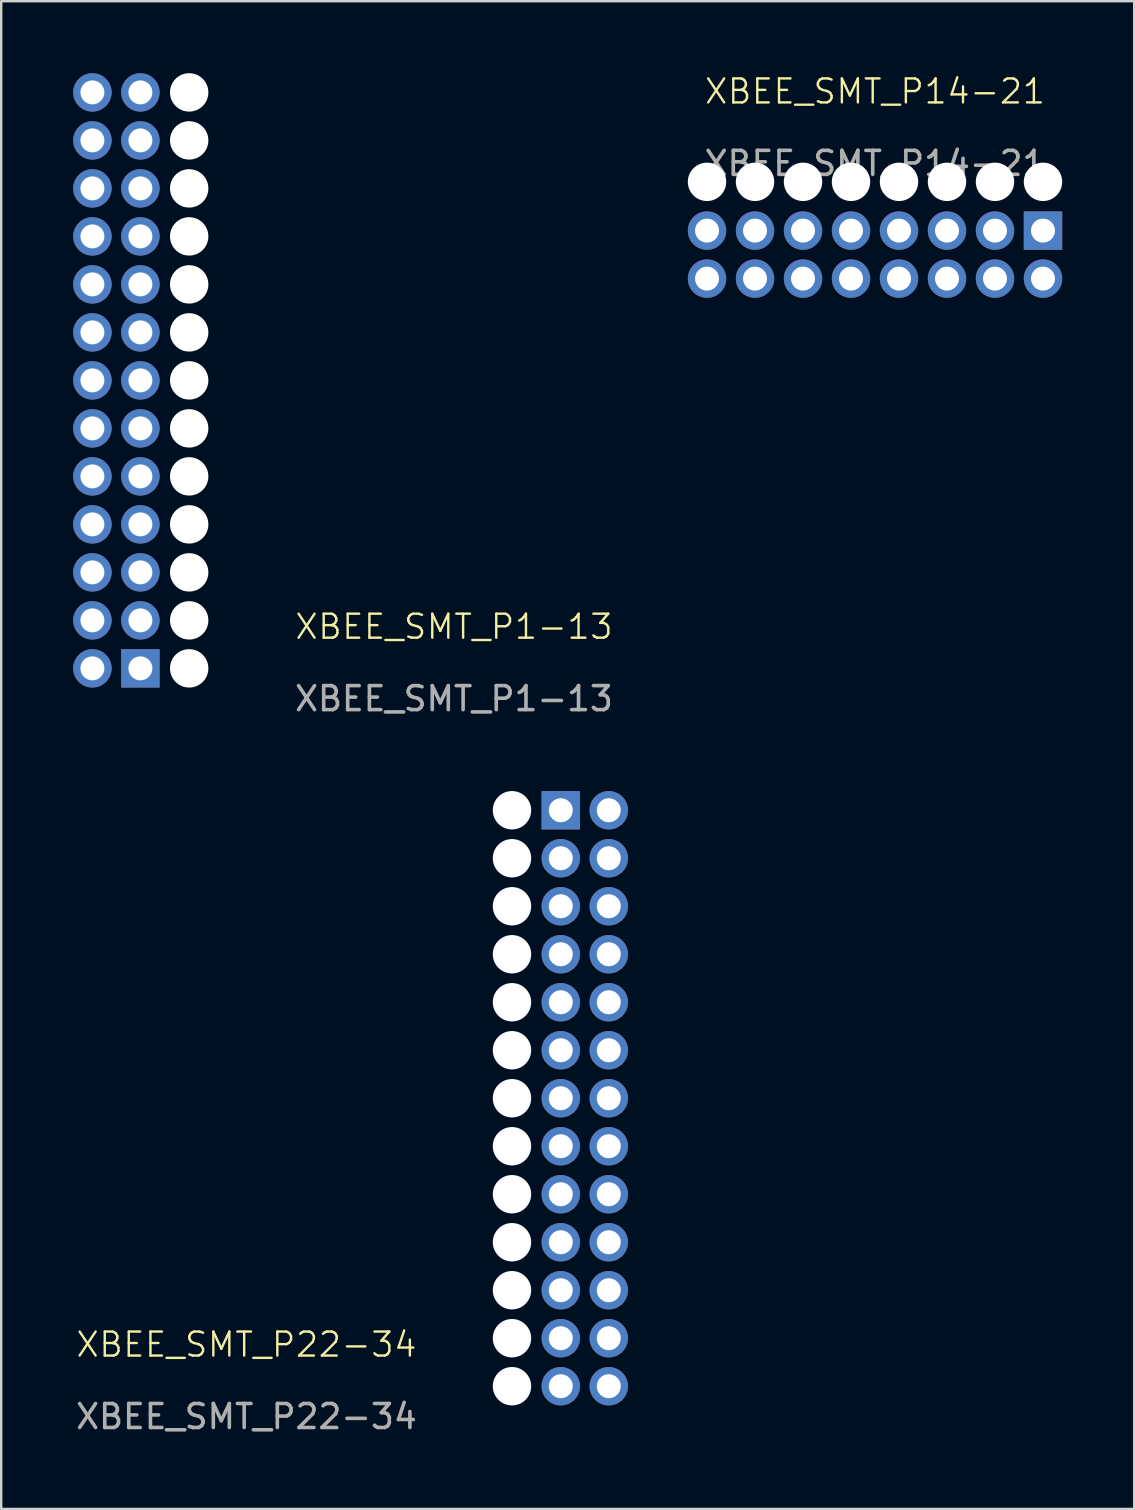
<source format=kicad_pcb>
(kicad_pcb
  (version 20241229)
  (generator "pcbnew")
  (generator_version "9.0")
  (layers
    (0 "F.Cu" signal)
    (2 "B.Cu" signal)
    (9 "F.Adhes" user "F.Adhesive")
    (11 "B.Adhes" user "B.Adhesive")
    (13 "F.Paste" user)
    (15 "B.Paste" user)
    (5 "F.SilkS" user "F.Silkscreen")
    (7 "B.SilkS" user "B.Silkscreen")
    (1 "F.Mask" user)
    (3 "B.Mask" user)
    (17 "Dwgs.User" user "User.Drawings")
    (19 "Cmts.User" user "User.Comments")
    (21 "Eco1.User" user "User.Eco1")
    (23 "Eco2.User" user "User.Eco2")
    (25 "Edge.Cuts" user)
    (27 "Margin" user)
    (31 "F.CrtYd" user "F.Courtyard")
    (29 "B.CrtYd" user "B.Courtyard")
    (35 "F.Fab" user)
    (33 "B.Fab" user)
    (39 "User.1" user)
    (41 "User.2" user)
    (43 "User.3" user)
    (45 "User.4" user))
  (footprint "XBEE_SMT_P14-21"
    (layer "F.Cu")
    (at 33.411 1.26)
    (property "Reference" "XBEE_SMT_P14-21" (at 0 -0.5 0) (unlocked yes) (layer "F.SilkS") (effects (font (size 1 1) (thickness 0.1))))
    (attr through_hole)
    (fp_text user "${REFERENCE}" (at 0 2.5 0) (unlocked yes) (layer "F.Fab") (effects (font (size 1 1) (thickness 0.15))))
    (pad "" np_thru_hole circle (at -7 3.267 270) (size 1.6 1.6) (drill 1.6) (layers "*.Cu" "*.Mask"))
    (pad "" np_thru_hole circle (at -5 3.267 270) (size 1.6 1.6) (drill 1.6) (layers "*.Cu" "*.Mask"))
    (pad "" np_thru_hole circle (at -3 3.267 270) (size 1.6 1.6) (drill 1.6) (layers "*.Cu" "*.Mask"))
    (pad "" np_thru_hole circle (at -1 3.267 270) (size 1.6 1.6) (drill 1.6) (layers "*.Cu" "*.Mask"))
    (pad "" np_thru_hole circle (at 1 3.267 270) (size 1.6 1.6) (drill 1.6) (layers "*.Cu" "*.Mask"))
    (pad "" np_thru_hole circle (at 3 3.267 270) (size 1.6 1.6) (drill 1.6) (layers "*.Cu" "*.Mask"))
    (pad "" np_thru_hole circle (at 5 3.267 270) (size 1.6 1.6) (drill 1.6) (layers "*.Cu" "*.Mask"))
    (pad "" np_thru_hole circle (at 7 3.267 270) (size 1.6 1.6) (drill 1.6) (layers "*.Cu" "*.Mask"))
    (pad "14" thru_hole circle (at -7 5.3 270) (size 1.6 1.6) (drill 1) (layers "*.Cu" "*.Mask"))
    (pad "14" thru_hole circle (at -7 7.3 270) (size 1.6 1.6) (drill 1) (layers "*.Cu" "*.Mask"))
    (pad "15" thru_hole circle (at -5 5.3 270) (size 1.6 1.6) (drill 1) (layers "*.Cu" "*.Mask"))
    (pad "15" thru_hole circle (at -5 7.3 270) (size 1.6 1.6) (drill 1) (layers "*.Cu" "*.Mask"))
    (pad "16" thru_hole circle (at -3 5.3 270) (size 1.6 1.6) (drill 1) (layers "*.Cu" "*.Mask"))
    (pad "16" thru_hole circle (at -3 7.3 270) (size 1.6 1.6) (drill 1) (layers "*.Cu" "*.Mask"))
    (pad "17" thru_hole circle (at -1 5.3 270) (size 1.6 1.6) (drill 1) (layers "*.Cu" "*.Mask"))
    (pad "17" thru_hole circle (at -1 7.3 270) (size 1.6 1.6) (drill 1) (layers "*.Cu" "*.Mask"))
    (pad "18" thru_hole circle (at 1 5.3 270) (size 1.6 1.6) (drill 1) (layers "*.Cu" "*.Mask"))
    (pad "18" thru_hole circle (at 1 7.3 270) (size 1.6 1.6) (drill 1) (layers "*.Cu" "*.Mask"))
    (pad "19" thru_hole circle (at 3 5.3 270) (size 1.6 1.6) (drill 1) (layers "*.Cu" "*.Mask"))
    (pad "19" thru_hole circle (at 3 7.3 270) (size 1.6 1.6) (drill 1) (layers "*.Cu" "*.Mask"))
    (pad "20" thru_hole circle (at 5 5.3 270) (size 1.6 1.6) (drill 1) (layers "*.Cu" "*.Mask"))
    (pad "20" thru_hole circle (at 5 7.3 270) (size 1.6 1.6) (drill 1) (layers "*.Cu" "*.Mask"))
    (pad "21" thru_hole rect (at 7 5.3 270) (size 1.6 1.6) (drill 1) (layers "*.Cu" "*.Mask"))
    (pad "21" thru_hole circle (at 7 7.3 270) (size 1.6 1.6) (drill 1) (layers "*.Cu" "*.Mask")))
  (footprint "XBEE_SMT_P22-34"
    (layer "F.Cu")
    (at 7.22 53.478)
    (property "Reference" "XBEE_SMT_P22-34" (at 0 -0.5 0) (unlocked yes) (layer "F.SilkS") (effects (font (size 1 1) (thickness 0.1))))
    (attr through_hole)
    (fp_text user "${REFERENCE}" (at 0 2.5 0) (unlocked yes) (layer "F.Fab") (effects (font (size 1 1) (thickness 0.15))))
    (pad "" np_thru_hole circle (at 11.064 -22.765 270) (size 1.6 1.6) (drill 1.6) (layers "*.Cu" "*.Mask"))
    (pad "" np_thru_hole circle (at 11.064 -20.765 270) (size 1.6 1.6) (drill 1.6) (layers "*.Cu" "*.Mask"))
    (pad "" np_thru_hole circle (at 11.064 -18.765 270) (size 1.6 1.6) (drill 1.6) (layers "*.Cu" "*.Mask"))
    (pad "" np_thru_hole circle (at 11.064 -16.765 270) (size 1.6 1.6) (drill 1.6) (layers "*.Cu" "*.Mask"))
    (pad "" np_thru_hole circle (at 11.064 -14.765 270) (size 1.6 1.6) (drill 1.6) (layers "*.Cu" "*.Mask"))
    (pad "" np_thru_hole circle (at 11.064 -12.765 270) (size 1.6 1.6) (drill 1.6) (layers "*.Cu" "*.Mask"))
    (pad "" np_thru_hole circle (at 11.064 -10.765 270) (size 1.6 1.6) (drill 1.6) (layers "*.Cu" "*.Mask"))
    (pad "" np_thru_hole circle (at 11.064 -8.765 270) (size 1.6 1.6) (drill 1.6) (layers "*.Cu" "*.Mask"))
    (pad "" np_thru_hole circle (at 11.064 -6.765 270) (size 1.6 1.6) (drill 1.6) (layers "*.Cu" "*.Mask"))
    (pad "" np_thru_hole circle (at 11.064 -4.765 270) (size 1.6 1.6) (drill 1.6) (layers "*.Cu" "*.Mask"))
    (pad "" np_thru_hole circle (at 11.064 -2.765 270) (size 1.6 1.6) (drill 1.6) (layers "*.Cu" "*.Mask"))
    (pad "" np_thru_hole circle (at 11.064 -0.765 270) (size 1.6 1.6) (drill 1.6) (layers "*.Cu" "*.Mask"))
    (pad "" np_thru_hole circle (at 11.064 1.235 270) (size 1.6 1.6) (drill 1.6) (layers "*.Cu" "*.Mask"))
    (pad "22" thru_hole circle (at 13.097 1.235 270) (size 1.6 1.6) (drill 1) (layers "*.Cu" "*.Mask"))
    (pad "22" thru_hole circle (at 15.097 1.235 270) (size 1.6 1.6) (drill 1) (layers "*.Cu" "*.Mask"))
    (pad "23" thru_hole circle (at 13.097 -0.765 270) (size 1.6 1.6) (drill 1) (layers "*.Cu" "*.Mask"))
    (pad "23" thru_hole circle (at 15.097 -0.765 270) (size 1.6 1.6) (drill 1) (layers "*.Cu" "*.Mask"))
    (pad "24" thru_hole circle (at 13.097 -2.765 270) (size 1.6 1.6) (drill 1) (layers "*.Cu" "*.Mask"))
    (pad "24" thru_hole circle (at 15.097 -2.765 270) (size 1.6 1.6) (drill 1) (layers "*.Cu" "*.Mask"))
    (pad "25" thru_hole circle (at 13.097 -4.765 270) (size 1.6 1.6) (drill 1) (layers "*.Cu" "*.Mask"))
    (pad "25" thru_hole circle (at 15.097 -4.765 270) (size 1.6 1.6) (drill 1) (layers "*.Cu" "*.Mask"))
    (pad "26" thru_hole circle (at 13.097 -6.765 270) (size 1.6 1.6) (drill 1) (layers "*.Cu" "*.Mask"))
    (pad "26" thru_hole circle (at 15.097 -6.765 270) (size 1.6 1.6) (drill 1) (layers "*.Cu" "*.Mask"))
    (pad "27" thru_hole circle (at 13.097 -8.765 270) (size 1.6 1.6) (drill 1) (layers "*.Cu" "*.Mask"))
    (pad "27" thru_hole circle (at 15.097 -8.765 270) (size 1.6 1.6) (drill 1) (layers "*.Cu" "*.Mask"))
    (pad "28" thru_hole circle (at 13.097 -10.765 270) (size 1.6 1.6) (drill 1) (layers "*.Cu" "*.Mask"))
    (pad "28" thru_hole circle (at 15.097 -10.765 270) (size 1.6 1.6) (drill 1) (layers "*.Cu" "*.Mask"))
    (pad "29" thru_hole circle (at 13.097 -12.765 270) (size 1.6 1.6) (drill 1) (layers "*.Cu" "*.Mask"))
    (pad "29" thru_hole circle (at 15.097 -12.765 270) (size 1.6 1.6) (drill 1) (layers "*.Cu" "*.Mask"))
    (pad "30" thru_hole circle (at 13.097 -14.765 270) (size 1.6 1.6) (drill 1) (layers "*.Cu" "*.Mask"))
    (pad "30" thru_hole circle (at 15.097 -14.765 270) (size 1.6 1.6) (drill 1) (layers "*.Cu" "*.Mask"))
    (pad "31" thru_hole circle (at 13.097 -16.765 270) (size 1.6 1.6) (drill 1) (layers "*.Cu" "*.Mask"))
    (pad "31" thru_hole circle (at 15.097 -16.765 270) (size 1.6 1.6) (drill 1) (layers "*.Cu" "*.Mask"))
    (pad "32" thru_hole circle (at 13.097 -18.765 270) (size 1.6 1.6) (drill 1) (layers "*.Cu" "*.Mask"))
    (pad "32" thru_hole circle (at 15.097 -18.765 270) (size 1.6 1.6) (drill 1) (layers "*.Cu" "*.Mask"))
    (pad "33" thru_hole circle (at 13.097 -20.765 270) (size 1.6 1.6) (drill 1) (layers "*.Cu" "*.Mask"))
    (pad "33" thru_hole circle (at 15.097 -20.765 270) (size 1.6 1.6) (drill 1) (layers "*.Cu" "*.Mask"))
    (pad "34" thru_hole rect (at 13.097 -22.765 270) (size 1.6 1.6) (drill 1) (layers "*.Cu" "*.Mask"))
    (pad "34" thru_hole circle (at 15.097 -22.765 270) (size 1.6 1.6) (drill 1) (layers "*.Cu" "*.Mask")))
  (footprint "XBEE_SMT_P1-13"
    (layer "F.Cu")
    (at 15.867 23.565)
    (property "Reference" "XBEE_SMT_P1-13" (at 0 -0.5 0) (unlocked yes) (layer "F.SilkS") (effects (font (size 1 1) (thickness 0.1))))
    (attr through_hole)
    (fp_text user "${REFERENCE}" (at 0 2.5 0) (unlocked yes) (layer "F.Fab") (effects (font (size 1 1) (thickness 0.15))))
    (pad "" np_thru_hole circle (at -11.034 -22.765 270) (size 1.6 1.6) (drill 1.6) (layers "*.Cu" "*.Mask"))
    (pad "" np_thru_hole circle (at -11.034 -20.765 270) (size 1.6 1.6) (drill 1.6) (layers "*.Cu" "*.Mask"))
    (pad "" np_thru_hole circle (at -11.034 -18.765 270) (size 1.6 1.6) (drill 1.6) (layers "*.Cu" "*.Mask"))
    (pad "" np_thru_hole circle (at -11.034 -16.765 270) (size 1.6 1.6) (drill 1.6) (layers "*.Cu" "*.Mask"))
    (pad "" np_thru_hole circle (at -11.034 -14.765 270) (size 1.6 1.6) (drill 1.6) (layers "*.Cu" "*.Mask"))
    (pad "" np_thru_hole circle (at -11.034 -12.765 270) (size 1.6 1.6) (drill 1.6) (layers "*.Cu" "*.Mask"))
    (pad "" np_thru_hole circle (at -11.034 -10.765 270) (size 1.6 1.6) (drill 1.6) (layers "*.Cu" "*.Mask"))
    (pad "" np_thru_hole circle (at -11.034 -8.765 270) (size 1.6 1.6) (drill 1.6) (layers "*.Cu" "*.Mask"))
    (pad "" np_thru_hole circle (at -11.034 -6.765 270) (size 1.6 1.6) (drill 1.6) (layers "*.Cu" "*.Mask"))
    (pad "" np_thru_hole circle (at -11.034 -4.765 270) (size 1.6 1.6) (drill 1.6) (layers "*.Cu" "*.Mask"))
    (pad "" np_thru_hole circle (at -11.034 -2.765 270) (size 1.6 1.6) (drill 1.6) (layers "*.Cu" "*.Mask"))
    (pad "" np_thru_hole circle (at -11.034 -0.765 270) (size 1.6 1.6) (drill 1.6) (layers "*.Cu" "*.Mask"))
    (pad "" np_thru_hole circle (at -11.034 1.235 270) (size 1.6 1.6) (drill 1.6) (layers "*.Cu" "*.Mask"))
    (pad "1" thru_hole circle (at -15.067 -22.765 270) (size 1.6 1.6) (drill 1) (layers "*.Cu" "*.Mask"))
    (pad "1" thru_hole circle (at -13.067 -22.765 270) (size 1.6 1.6) (drill 1) (layers "*.Cu" "*.Mask"))
    (pad "2" thru_hole circle (at -15.067 -20.765 270) (size 1.6 1.6) (drill 1) (layers "*.Cu" "*.Mask"))
    (pad "2" thru_hole circle (at -13.067 -20.765 270) (size 1.6 1.6) (drill 1) (layers "*.Cu" "*.Mask"))
    (pad "3" thru_hole circle (at -15.067 -18.765 270) (size 1.6 1.6) (drill 1) (layers "*.Cu" "*.Mask"))
    (pad "3" thru_hole circle (at -13.067 -18.765 270) (size 1.6 1.6) (drill 1) (layers "*.Cu" "*.Mask"))
    (pad "4" thru_hole circle (at -15.067 -16.765 270) (size 1.6 1.6) (drill 1) (layers "*.Cu" "*.Mask"))
    (pad "4" thru_hole circle (at -13.067 -16.765 270) (size 1.6 1.6) (drill 1) (layers "*.Cu" "*.Mask"))
    (pad "5" thru_hole circle (at -15.067 -14.765 270) (size 1.6 1.6) (drill 1) (layers "*.Cu" "*.Mask"))
    (pad "5" thru_hole circle (at -13.067 -14.765 270) (size 1.6 1.6) (drill 1) (layers "*.Cu" "*.Mask"))
    (pad "6" thru_hole circle (at -15.067 -12.765 270) (size 1.6 1.6) (drill 1) (layers "*.Cu" "*.Mask"))
    (pad "6" thru_hole circle (at -13.067 -12.765 270) (size 1.6 1.6) (drill 1) (layers "*.Cu" "*.Mask"))
    (pad "7" thru_hole circle (at -15.067 -10.765 270) (size 1.6 1.6) (drill 1) (layers "*.Cu" "*.Mask"))
    (pad "7" thru_hole circle (at -13.067 -10.765 270) (size 1.6 1.6) (drill 1) (layers "*.Cu" "*.Mask"))
    (pad "8" thru_hole circle (at -15.067 -8.765 270) (size 1.6 1.6) (drill 1) (layers "*.Cu" "*.Mask"))
    (pad "8" thru_hole circle (at -13.067 -8.765 270) (size 1.6 1.6) (drill 1) (layers "*.Cu" "*.Mask"))
    (pad "9" thru_hole circle (at -15.067 -6.765 270) (size 1.6 1.6) (drill 1) (layers "*.Cu" "*.Mask"))
    (pad "9" thru_hole circle (at -13.067 -6.765 270) (size 1.6 1.6) (drill 1) (layers "*.Cu" "*.Mask"))
    (pad "10" thru_hole circle (at -15.067 -4.765 270) (size 1.6 1.6) (drill 1) (layers "*.Cu" "*.Mask"))
    (pad "10" thru_hole circle (at -13.067 -4.765 270) (size 1.6 1.6) (drill 1) (layers "*.Cu" "*.Mask"))
    (pad "11" thru_hole circle (at -15.067 -2.765 270) (size 1.6 1.6) (drill 1) (layers "*.Cu" "*.Mask"))
    (pad "11" thru_hole circle (at -13.067 -2.765 270) (size 1.6 1.6) (drill 1) (layers "*.Cu" "*.Mask"))
    (pad "12" thru_hole circle (at -15.067 -0.765 270) (size 1.6 1.6) (drill 1) (layers "*.Cu" "*.Mask"))
    (pad "12" thru_hole circle (at -13.067 -0.765 270) (size 1.6 1.6) (drill 1) (layers "*.Cu" "*.Mask"))
    (pad "13" thru_hole circle (at -15.067 1.235 270) (size 1.6 1.6) (drill 1) (layers "*.Cu" "*.Mask"))
    (pad "13" thru_hole rect (at -13.067 1.235 270) (size 1.6 1.6) (drill 1) (layers "*.Cu" "*.Mask")))
  (gr_rect
    (start -3 -3)
    (end 44.211 59.827)
    (stroke (width 0.1) (type default))
    (fill no)
    (layer "Edge.Cuts")))
</source>
